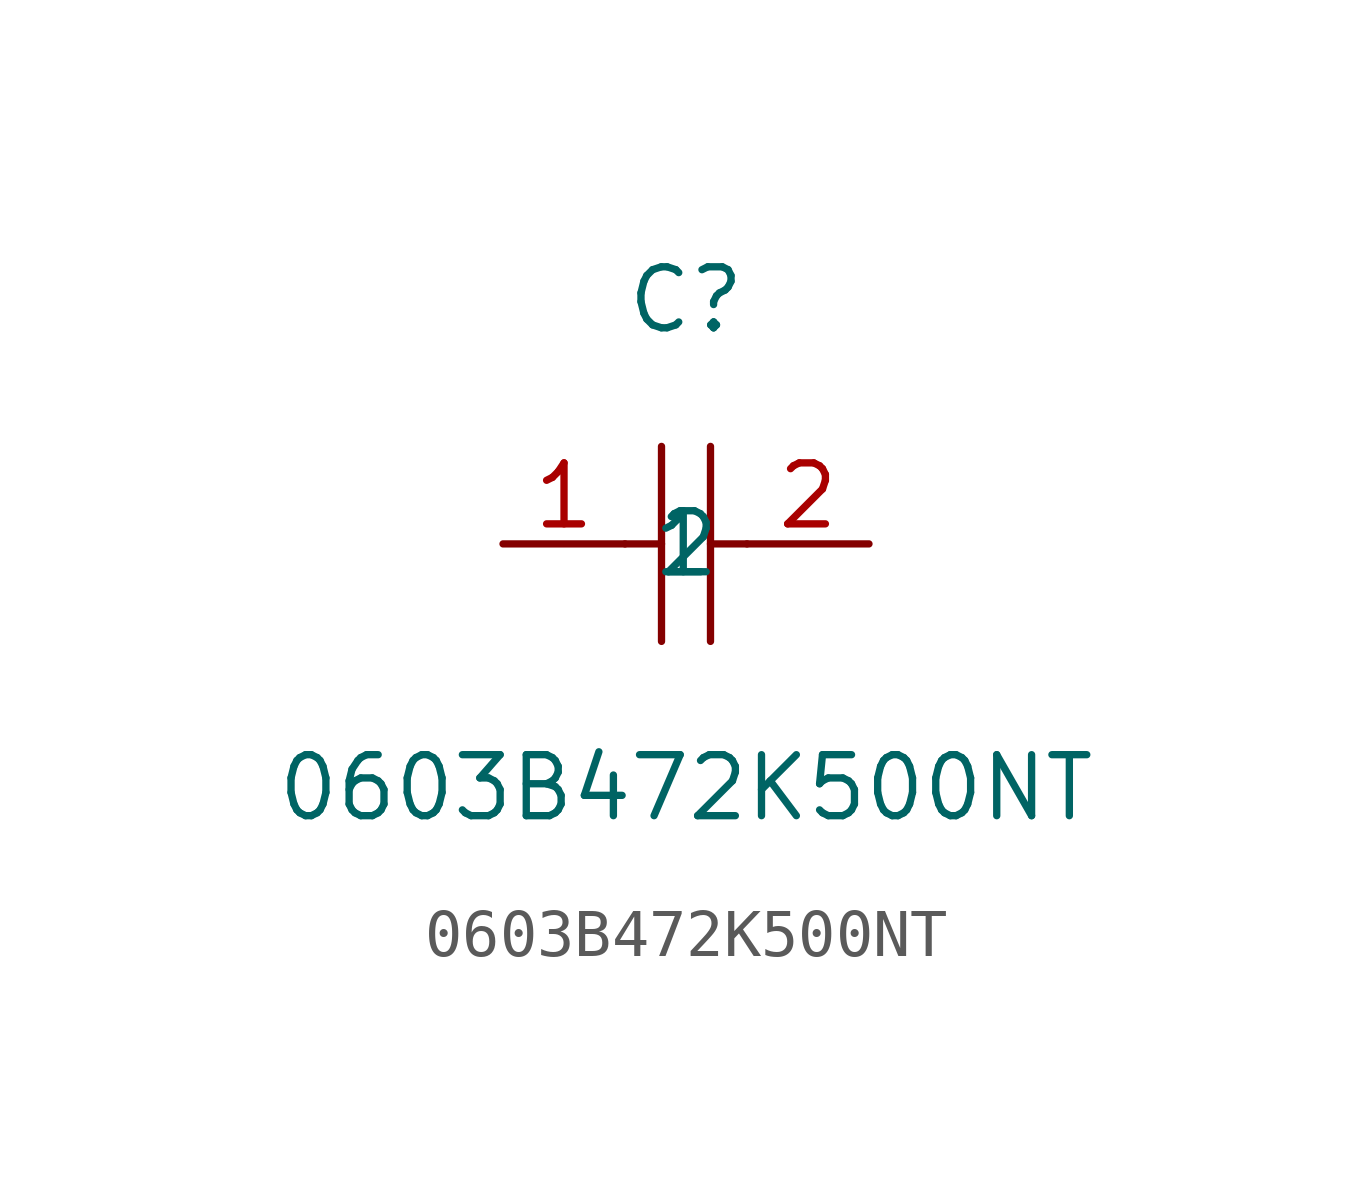
<source format=kicad_sym>
(kicad_symbol_lib
  (version 1)
  (generator "faebryk")
  (symbol "0603B472K500NT"
    (property "Reference" "C"
      (at 0 5.08 0)
      (effects (font (size 1.27 1.27)) (hide no)))
    (property "Value" "0603B472K500NT"
      (at 0 -5.08 0)
      (effects (font (size 1.27 1.27)) (hide no)))
    (symbol "0603B472K500NT_0_1"
      (polyline (stroke (width 0) (type default) (color 0 0 0 0)) (fill (type none)) (pts (xy -0.51 2.03) (xy -0.51 -2.03)))
      (polyline (stroke (width 0) (type default) (color 0 0 0 0)) (fill (type none)) (pts (xy 0.51 2.03) (xy 0.51 -2.03)))
      (polyline (stroke (width 0) (type default) (color 0 0 0 0)) (fill (type none)) (pts (xy -1.27 0) (xy -0.51 0)))
      (polyline (stroke (width 0) (type default) (color 0 0 0 0)) (fill (type none)) (pts (xy 0.51 0) (xy 1.27 0)))
      (pin input line (at -3.81 0 0) (length 2.54) (name "1" (effects (font (size 1.27 1.27)) (hide no))) (number "1" (effects (font (size 1.27 1.27)) (hide no))))
      (pin input line (at 3.81 0 180) (length 2.54) (name "2" (effects (font (size 1.27 1.27)) (hide no))) (number "2" (effects (font (size 1.27 1.27)) (hide no)))))))
</source>
